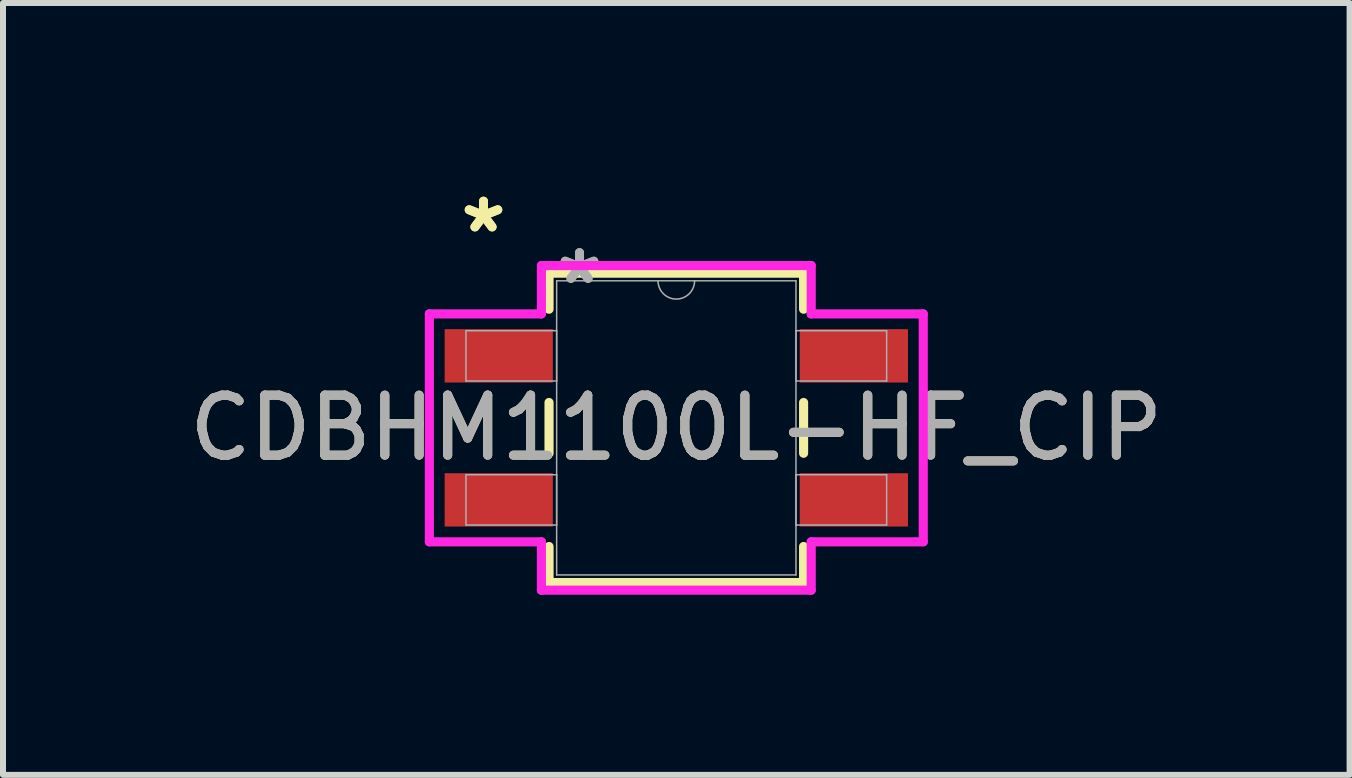
<source format=kicad_pcb>
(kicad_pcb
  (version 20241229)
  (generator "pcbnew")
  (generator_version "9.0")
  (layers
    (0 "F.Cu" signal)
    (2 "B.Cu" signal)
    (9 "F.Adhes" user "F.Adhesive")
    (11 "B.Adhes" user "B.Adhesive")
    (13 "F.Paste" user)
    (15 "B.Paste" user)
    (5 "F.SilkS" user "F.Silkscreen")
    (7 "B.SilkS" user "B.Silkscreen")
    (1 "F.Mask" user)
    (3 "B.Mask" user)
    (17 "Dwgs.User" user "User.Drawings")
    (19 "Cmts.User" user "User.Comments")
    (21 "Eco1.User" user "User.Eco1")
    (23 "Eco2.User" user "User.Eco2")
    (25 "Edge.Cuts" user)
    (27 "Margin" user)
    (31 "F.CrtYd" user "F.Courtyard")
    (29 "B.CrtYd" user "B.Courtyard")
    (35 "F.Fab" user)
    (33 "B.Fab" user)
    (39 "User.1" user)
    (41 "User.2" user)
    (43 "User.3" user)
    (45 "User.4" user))
  (footprint "CDBHM1100L-HF_CIP"
    (layer "F.Cu")
    (at 8.22 4.08)
    (property "Reference" "CDBHM1100L-HF_CIP" (at 0 0 0) (unlocked yes) (layer "F.SilkS") (effects (font (size 1 1) (thickness 0.15))))
    (attr smd)
    (fp_line (start -2.121 -2.578) (end -2.121 -1.977) (stroke (width 0.152) (type solid)) (layer "F.SilkS"))
    (fp_line (start -2.121 -0.423) (end -2.121 0.423) (stroke (width 0.152) (type solid)) (layer "F.SilkS"))
    (fp_line (start -2.121 1.977) (end -2.121 2.578) (stroke (width 0.152) (type solid)) (layer "F.SilkS"))
    (fp_line (start -2.121 2.578) (end 2.121 2.578) (stroke (width 0.152) (type solid)) (layer "F.SilkS"))
    (fp_line (start 2.121 -2.578) (end -2.121 -2.578) (stroke (width 0.152) (type solid)) (layer "F.SilkS"))
    (fp_line (start 2.121 -1.977) (end 2.121 -2.578) (stroke (width 0.152) (type solid)) (layer "F.SilkS"))
    (fp_line (start 2.121 0.423) (end 2.121 -0.423) (stroke (width 0.152) (type solid)) (layer "F.SilkS"))
    (fp_line (start 2.121 2.578) (end 2.121 1.977) (stroke (width 0.152) (type solid)) (layer "F.SilkS"))
    (fp_line (start -4.115 -1.899) (end -2.248 -1.899) (stroke (width 0.152) (type solid)) (layer "F.CrtYd"))
    (fp_line (start -4.115 1.899) (end -4.115 -1.899) (stroke (width 0.152) (type solid)) (layer "F.CrtYd"))
    (fp_line (start -4.115 1.899) (end -2.248 1.899) (stroke (width 0.152) (type solid)) (layer "F.CrtYd"))
    (fp_line (start -2.248 -2.705) (end 2.248 -2.705) (stroke (width 0.152) (type solid)) (layer "F.CrtYd"))
    (fp_line (start -2.248 -1.899) (end -2.248 -2.705) (stroke (width 0.152) (type solid)) (layer "F.CrtYd"))
    (fp_line (start -2.248 2.705) (end -2.248 1.899) (stroke (width 0.152) (type solid)) (layer "F.CrtYd"))
    (fp_line (start 2.248 -2.705) (end 2.248 -1.899) (stroke (width 0.152) (type solid)) (layer "F.CrtYd"))
    (fp_line (start 2.248 1.899) (end 2.248 2.705) (stroke (width 0.152) (type solid)) (layer "F.CrtYd"))
    (fp_line (start 2.248 2.705) (end -2.248 2.705) (stroke (width 0.152) (type solid)) (layer "F.CrtYd"))
    (fp_line (start 4.115 -1.899) (end 2.248 -1.899) (stroke (width 0.152) (type solid)) (layer "F.CrtYd"))
    (fp_line (start 4.115 -1.899) (end 4.115 1.899) (stroke (width 0.152) (type solid)) (layer "F.CrtYd"))
    (fp_line (start 4.115 1.899) (end 2.248 1.899) (stroke (width 0.152) (type solid)) (layer "F.CrtYd"))
    (fp_line (start -3.505 -1.619) (end -3.505 -0.781) (stroke (width 0.025) (type solid)) (layer "F.Fab"))
    (fp_line (start -3.505 -0.781) (end -1.994 -0.781) (stroke (width 0.025) (type solid)) (layer "F.Fab"))
    (fp_line (start -3.505 0.781) (end -3.505 1.619) (stroke (width 0.025) (type solid)) (layer "F.Fab"))
    (fp_line (start -3.505 1.619) (end -1.994 1.619) (stroke (width 0.025) (type solid)) (layer "F.Fab"))
    (fp_line (start -1.994 -2.451) (end -1.994 2.451) (stroke (width 0.025) (type solid)) (layer "F.Fab"))
    (fp_line (start -1.994 -1.619) (end -3.505 -1.619) (stroke (width 0.025) (type solid)) (layer "F.Fab"))
    (fp_line (start -1.994 -0.781) (end -1.994 -1.619) (stroke (width 0.025) (type solid)) (layer "F.Fab"))
    (fp_line (start -1.994 0.781) (end -3.505 0.781) (stroke (width 0.025) (type solid)) (layer "F.Fab"))
    (fp_line (start -1.994 1.619) (end -1.994 0.781) (stroke (width 0.025) (type solid)) (layer "F.Fab"))
    (fp_line (start -1.994 2.451) (end 1.994 2.451) (stroke (width 0.025) (type solid)) (layer "F.Fab"))
    (fp_line (start 1.994 -2.451) (end -1.994 -2.451) (stroke (width 0.025) (type solid)) (layer "F.Fab"))
    (fp_line (start 1.994 -1.619) (end 1.994 -0.781) (stroke (width 0.025) (type solid)) (layer "F.Fab"))
    (fp_line (start 1.994 -0.781) (end 3.505 -0.781) (stroke (width 0.025) (type solid)) (layer "F.Fab"))
    (fp_line (start 1.994 0.781) (end 1.994 1.619) (stroke (width 0.025) (type solid)) (layer "F.Fab"))
    (fp_line (start 1.994 1.619) (end 3.505 1.619) (stroke (width 0.025) (type solid)) (layer "F.Fab"))
    (fp_line (start 1.994 2.451) (end 1.994 -2.451) (stroke (width 0.025) (type solid)) (layer "F.Fab"))
    (fp_line (start 3.505 -1.619) (end 1.994 -1.619) (stroke (width 0.025) (type solid)) (layer "F.Fab"))
    (fp_line (start 3.505 -0.781) (end 3.505 -1.619) (stroke (width 0.025) (type solid)) (layer "F.Fab"))
    (fp_line (start 3.505 0.781) (end 1.994 0.781) (stroke (width 0.025) (type solid)) (layer "F.Fab"))
    (fp_line (start 3.505 1.619) (end 3.505 0.781) (stroke (width 0.025) (type solid)) (layer "F.Fab"))
    (fp_arc (start 0.3048 -2.4511) (mid 0 -2.1463) (end -0.3048 -2.4511) (stroke (width 0.0254) (type solid)) (layer "F.Fab"))
    (fp_text user "*" (at -3.213 -3.232 0) (unlocked yes) (layer "F.SilkS") (effects (font (size 1 1) (thickness 0.15))))
    (fp_text user "*" (at -3.213 -3.232 0) (layer "F.SilkS") (effects (font (size 1 1) (thickness 0.15))))
    (fp_text user "*" (at -1.613 -2.375 0) (layer "F.Fab") (effects (font (size 1 1) (thickness 0.15))))
    (fp_text user "${REFERENCE}" (at 0 0 0) (unlocked yes) (layer "F.Fab") (effects (font (size 1 1) (thickness 0.15))))
    (fp_text user "*" (at -1.613 -2.375 0) (unlocked yes) (layer "F.Fab") (effects (font (size 1 1) (thickness 0.15))))
    (pad "1" smd rect (at -2.959 -1.2) (size 1.803 0.889) (layers "F.Cu" "F.Mask" "F.Paste"))
    (pad "2" smd rect (at -2.959 1.2) (size 1.803 0.889) (layers "F.Cu" "F.Mask" "F.Paste"))
    (pad "3" smd rect (at 2.959 1.2) (size 1.803 0.889) (layers "F.Cu" "F.Mask" "F.Paste"))
    (pad "4" smd rect (at 2.959 -1.2) (size 1.803 0.889) (layers "F.Cu" "F.Mask" "F.Paste")))
  (gr_rect
    (start -3 -3)
    (end 19.44 9.862)
    (stroke (width 0.1) (type default))
    (fill no)
    (layer "Edge.Cuts")))
</source>
